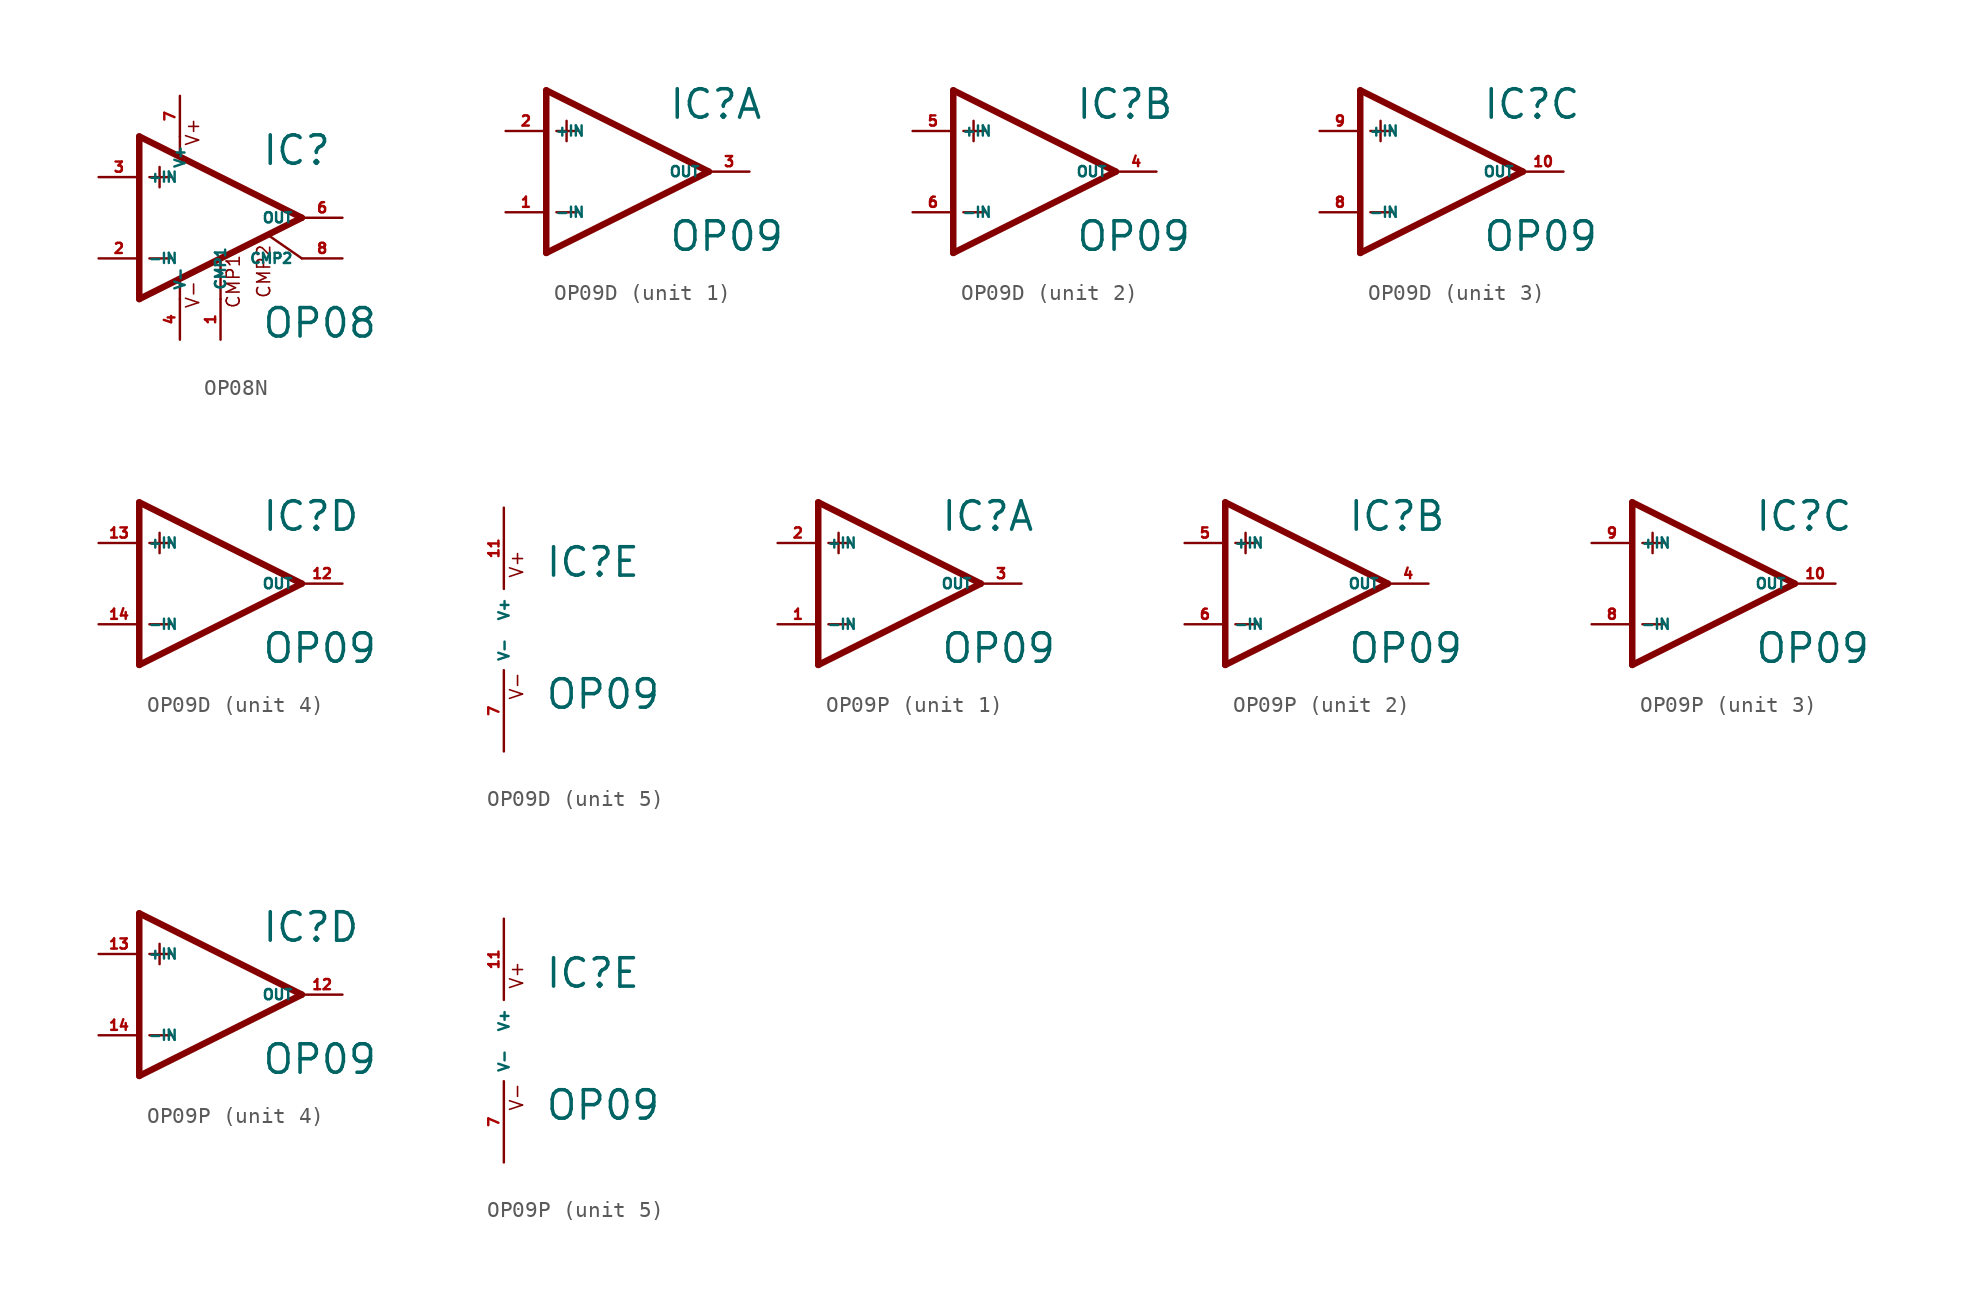
<source format=kicad_sym>
(kicad_symbol_lib
  (version 20220914)
  (generator Eagle2Kicad)
  (symbol "OP08N"
    (property "Reference" "IC"
      (at 2.54 3.175 0)
      (effects (font (size 1.778 1.778) (thickness 0.22)) (justify left bottom)))
    (property "Value" "OP08"
      (at 2.54 -7.62 0)
      (effects (font (size 1.778 1.778) (thickness 0.22)) (justify left bottom)))
    (polyline
      (pts (xy 0 -2.616) (xy 0 -5.08))
      (stroke (width 0.152) (type default))
      (fill (type none)))
    (polyline
      (pts (xy -2.54 5.08) (xy -2.54 3.886))
      (stroke (width 0.152) (type default))
      (fill (type none)))
    (polyline
      (pts (xy -5.08 5.08) (xy -5.08 -5.08))
      (stroke (width 0.406) (type default))
      (fill (type none)))
    (polyline
      (pts (xy -5.08 -5.08) (xy 5.08 0))
      (stroke (width 0.406) (type default))
      (fill (type none)))
    (polyline
      (pts (xy 5.08 0) (xy -5.08 5.08))
      (stroke (width 0.406) (type default))
      (fill (type none)))
    (polyline
      (pts (xy -3.81 3.175) (xy -3.81 1.905))
      (stroke (width 0.152) (type default))
      (fill (type none)))
    (polyline
      (pts (xy -4.445 2.54) (xy -3.175 2.54))
      (stroke (width 0.152) (type default))
      (fill (type none)))
    (polyline
      (pts (xy -4.445 -2.54) (xy -3.175 -2.54))
      (stroke (width 0.152) (type default))
      (fill (type none)))
    (polyline
      (pts (xy 5.08 -2.54) (xy 3.023 -1.118))
      (stroke (width 0.152) (type default))
      (fill (type none)))
    (polyline
      (pts (xy -2.54 -3.886) (xy -2.54 -5.08))
      (stroke (width 0.152) (type default))
      (fill (type none)))
    (text "CMP1"
      (at 1.27 -5.715 900)
      (effects (font (size 0.813 0.813) (thickness 0.10)) (justify left bottom)))
    (text "CMP2"
      (at 3.175 -5.08 900)
      (effects (font (size 0.813 0.813) (thickness 0.10)) (justify left bottom)))
    (text "V+"
      (at -1.27 4.445 900)
      (effects (font (size 0.813 0.813) (thickness 0.10)) (justify left bottom)))
    (text "V-"
      (at -1.27 -5.715 900)
      (effects (font (size 0.813 0.813) (thickness 0.10)) (justify left bottom)))
    (pin passive line
      (at 0 -7.62 90)
      (length 2.54)
      (name "CMP1" (effects (font (size 0.635 0.635) (thickness 0.08)) (justify left bottom)))
      (number "1" (effects (font (size 0.635 0.635) (thickness 0.08)) (justify left bottom))))
    (pin input line
      (at -7.62 -2.54 0)
      (length 2.54)
      (name "-IN" (effects (font (size 0.635 0.635) (thickness 0.08)) (justify left bottom)))
      (number "2" (effects (font (size 0.635 0.635) (thickness 0.08)) (justify left bottom))))
    (pin input line
      (at -7.62 2.54 0)
      (length 2.54)
      (name "+IN" (effects (font (size 0.635 0.635) (thickness 0.08)) (justify left bottom)))
      (number "3" (effects (font (size 0.635 0.635) (thickness 0.08)) (justify left bottom))))
    (pin passive line
      (at 7.62 -2.54 180)
      (length 2.54)
      (name "CMP2" (effects (font (size 0.635 0.635) (thickness 0.08)) (justify left bottom)))
      (number "8" (effects (font (size 0.635 0.635) (thickness 0.08)) (justify left bottom))))
    (pin output line
      (at 7.62 0 180)
      (length 2.54)
      (name "OUT" (effects (font (size 0.635 0.635) (thickness 0.08)) (justify left bottom)))
      (number "6" (effects (font (size 0.635 0.635) (thickness 0.08)) (justify left bottom))))
    (pin unspecified line
      (at -2.54 7.62 270)
      (length 2.54)
      (name "V+" (effects (font (size 0.635 0.635) (thickness 0.08)) (justify left bottom)))
      (number "7" (effects (font (size 0.635 0.635) (thickness 0.08)) (justify left bottom))))
    (pin unspecified line
      (at -2.54 -7.62 90)
      (length 2.54)
      (name "V-" (effects (font (size 0.635 0.635) (thickness 0.08)) (justify left bottom)))
      (number "4" (effects (font (size 0.635 0.635) (thickness 0.08)) (justify left bottom)))))
  (symbol "OP09D"
    (property "Reference" "IC"
      (at 2.54 3.175 0)
      (effects (font (size 1.778 1.778) (thickness 0.22)) (justify left bottom)))
    (property "Value" "OP09"
      (at 2.54 -5.08 0)
      (effects (font (size 1.778 1.778) (thickness 0.22)) (justify left bottom)))
    (symbol "OP09D_1_0"
      (polyline (pts (xy -5.08 5.08) (xy -5.08 -5.08)) (stroke (width 0.406) (type default)) (fill (type none)))
      (polyline (pts (xy -5.08 -5.08) (xy 5.08 0)) (stroke (width 0.406) (type default)) (fill (type none)))
      (polyline (pts (xy 5.08 0) (xy -5.08 5.08)) (stroke (width 0.406) (type default)) (fill (type none)))
      (polyline (pts (xy -3.81 3.175) (xy -3.81 1.905)) (stroke (width 0.152) (type default)) (fill (type none)))
      (polyline (pts (xy -4.445 2.54) (xy -3.175 2.54)) (stroke (width 0.152) (type default)) (fill (type none)))
      (polyline (pts (xy -4.445 -2.54) (xy -3.175 -2.54)) (stroke (width 0.152) (type default)) (fill (type none)))
      (pin input line (at -7.62 -2.54 0) (length 2.54) (name "-IN" (effects (font (size 0.635 0.635) (thickness 0.08)) (justify left bottom))) (number "1" (effects (font (size 0.635 0.635) (thickness 0.08)) (justify left bottom))))
      (pin input line (at -7.62 2.54 0) (length 2.54) (name "+IN" (effects (font (size 0.635 0.635) (thickness 0.08)) (justify left bottom))) (number "2" (effects (font (size 0.635 0.635) (thickness 0.08)) (justify left bottom))))
      (pin output line (at 7.62 0 180) (length 2.54) (name "OUT" (effects (font (size 0.635 0.635) (thickness 0.08)) (justify left bottom))) (number "3" (effects (font (size 0.635 0.635) (thickness 0.08)) (justify left bottom)))))
    (symbol "OP09D_2_0"
      (polyline (pts (xy -5.08 5.08) (xy -5.08 -5.08)) (stroke (width 0.406) (type default)) (fill (type none)))
      (polyline (pts (xy -5.08 -5.08) (xy 5.08 0)) (stroke (width 0.406) (type default)) (fill (type none)))
      (polyline (pts (xy 5.08 0) (xy -5.08 5.08)) (stroke (width 0.406) (type default)) (fill (type none)))
      (polyline (pts (xy -3.81 3.175) (xy -3.81 1.905)) (stroke (width 0.152) (type default)) (fill (type none)))
      (polyline (pts (xy -4.445 2.54) (xy -3.175 2.54)) (stroke (width 0.152) (type default)) (fill (type none)))
      (polyline (pts (xy -4.445 -2.54) (xy -3.175 -2.54)) (stroke (width 0.152) (type default)) (fill (type none)))
      (pin input line (at -7.62 -2.54 0) (length 2.54) (name "-IN" (effects (font (size 0.635 0.635) (thickness 0.08)) (justify left bottom))) (number "6" (effects (font (size 0.635 0.635) (thickness 0.08)) (justify left bottom))))
      (pin input line (at -7.62 2.54 0) (length 2.54) (name "+IN" (effects (font (size 0.635 0.635) (thickness 0.08)) (justify left bottom))) (number "5" (effects (font (size 0.635 0.635) (thickness 0.08)) (justify left bottom))))
      (pin output line (at 7.62 0 180) (length 2.54) (name "OUT" (effects (font (size 0.635 0.635) (thickness 0.08)) (justify left bottom))) (number "4" (effects (font (size 0.635 0.635) (thickness 0.08)) (justify left bottom)))))
    (symbol "OP09D_3_0"
      (polyline (pts (xy -5.08 5.08) (xy -5.08 -5.08)) (stroke (width 0.406) (type default)) (fill (type none)))
      (polyline (pts (xy -5.08 -5.08) (xy 5.08 0)) (stroke (width 0.406) (type default)) (fill (type none)))
      (polyline (pts (xy 5.08 0) (xy -5.08 5.08)) (stroke (width 0.406) (type default)) (fill (type none)))
      (polyline (pts (xy -3.81 3.175) (xy -3.81 1.905)) (stroke (width 0.152) (type default)) (fill (type none)))
      (polyline (pts (xy -4.445 2.54) (xy -3.175 2.54)) (stroke (width 0.152) (type default)) (fill (type none)))
      (polyline (pts (xy -4.445 -2.54) (xy -3.175 -2.54)) (stroke (width 0.152) (type default)) (fill (type none)))
      (pin input line (at -7.62 -2.54 0) (length 2.54) (name "-IN" (effects (font (size 0.635 0.635) (thickness 0.08)) (justify left bottom))) (number "8" (effects (font (size 0.635 0.635) (thickness 0.08)) (justify left bottom))))
      (pin input line (at -7.62 2.54 0) (length 2.54) (name "+IN" (effects (font (size 0.635 0.635) (thickness 0.08)) (justify left bottom))) (number "9" (effects (font (size 0.635 0.635) (thickness 0.08)) (justify left bottom))))
      (pin output line (at 7.62 0 180) (length 2.54) (name "OUT" (effects (font (size 0.635 0.635) (thickness 0.08)) (justify left bottom))) (number "10" (effects (font (size 0.635 0.635) (thickness 0.08)) (justify left bottom)))))
    (symbol "OP09D_4_0"
      (polyline (pts (xy -5.08 5.08) (xy -5.08 -5.08)) (stroke (width 0.406) (type default)) (fill (type none)))
      (polyline (pts (xy -5.08 -5.08) (xy 5.08 0)) (stroke (width 0.406) (type default)) (fill (type none)))
      (polyline (pts (xy 5.08 0) (xy -5.08 5.08)) (stroke (width 0.406) (type default)) (fill (type none)))
      (polyline (pts (xy -3.81 3.175) (xy -3.81 1.905)) (stroke (width 0.152) (type default)) (fill (type none)))
      (polyline (pts (xy -4.445 2.54) (xy -3.175 2.54)) (stroke (width 0.152) (type default)) (fill (type none)))
      (polyline (pts (xy -4.445 -2.54) (xy -3.175 -2.54)) (stroke (width 0.152) (type default)) (fill (type none)))
      (pin input line (at -7.62 -2.54 0) (length 2.54) (name "-IN" (effects (font (size 0.635 0.635) (thickness 0.08)) (justify left bottom))) (number "14" (effects (font (size 0.635 0.635) (thickness 0.08)) (justify left bottom))))
      (pin input line (at -7.62 2.54 0) (length 2.54) (name "+IN" (effects (font (size 0.635 0.635) (thickness 0.08)) (justify left bottom))) (number "13" (effects (font (size 0.635 0.635) (thickness 0.08)) (justify left bottom))))
      (pin output line (at 7.62 0 180) (length 2.54) (name "OUT" (effects (font (size 0.635 0.635) (thickness 0.08)) (justify left bottom))) (number "12" (effects (font (size 0.635 0.635) (thickness 0.08)) (justify left bottom)))))
    (symbol "OP09D_5_0"
      (text "V+" (at 1.27 3.175 900) (effects (font (size 0.813 0.813) (thickness 0.10)) (justify left bottom)))
      (text "V-" (at 1.27 -4.445 900) (effects (font (size 0.813 0.813) (thickness 0.10)) (justify left bottom)))
      (pin unspecified line (at 0 7.62 270) (length 5.08) (name "V+" (effects (font (size 0.635 0.635) (thickness 0.08)) (justify left bottom))) (number "11" (effects (font (size 0.635 0.635) (thickness 0.08)) (justify left bottom))))
      (pin unspecified line (at 0 -7.62 90) (length 5.08) (name "V-" (effects (font (size 0.635 0.635) (thickness 0.08)) (justify left bottom))) (number "7" (effects (font (size 0.635 0.635) (thickness 0.08)) (justify left bottom))))))
  (symbol "OP09P"
    (property "Reference" "IC"
      (at 2.54 3.175 0)
      (effects (font (size 1.778 1.778) (thickness 0.22)) (justify left bottom)))
    (property "Value" "OP09"
      (at 2.54 -5.08 0)
      (effects (font (size 1.778 1.778) (thickness 0.22)) (justify left bottom)))
    (symbol "OP09P_1_0"
      (polyline (pts (xy -5.08 5.08) (xy -5.08 -5.08)) (stroke (width 0.406) (type default)) (fill (type none)))
      (polyline (pts (xy -5.08 -5.08) (xy 5.08 0)) (stroke (width 0.406) (type default)) (fill (type none)))
      (polyline (pts (xy 5.08 0) (xy -5.08 5.08)) (stroke (width 0.406) (type default)) (fill (type none)))
      (polyline (pts (xy -3.81 3.175) (xy -3.81 1.905)) (stroke (width 0.152) (type default)) (fill (type none)))
      (polyline (pts (xy -4.445 2.54) (xy -3.175 2.54)) (stroke (width 0.152) (type default)) (fill (type none)))
      (polyline (pts (xy -4.445 -2.54) (xy -3.175 -2.54)) (stroke (width 0.152) (type default)) (fill (type none)))
      (pin input line (at -7.62 -2.54 0) (length 2.54) (name "-IN" (effects (font (size 0.635 0.635) (thickness 0.08)) (justify left bottom))) (number "1" (effects (font (size 0.635 0.635) (thickness 0.08)) (justify left bottom))))
      (pin input line (at -7.62 2.54 0) (length 2.54) (name "+IN" (effects (font (size 0.635 0.635) (thickness 0.08)) (justify left bottom))) (number "2" (effects (font (size 0.635 0.635) (thickness 0.08)) (justify left bottom))))
      (pin output line (at 7.62 0 180) (length 2.54) (name "OUT" (effects (font (size 0.635 0.635) (thickness 0.08)) (justify left bottom))) (number "3" (effects (font (size 0.635 0.635) (thickness 0.08)) (justify left bottom)))))
    (symbol "OP09P_2_0"
      (polyline (pts (xy -5.08 5.08) (xy -5.08 -5.08)) (stroke (width 0.406) (type default)) (fill (type none)))
      (polyline (pts (xy -5.08 -5.08) (xy 5.08 0)) (stroke (width 0.406) (type default)) (fill (type none)))
      (polyline (pts (xy 5.08 0) (xy -5.08 5.08)) (stroke (width 0.406) (type default)) (fill (type none)))
      (polyline (pts (xy -3.81 3.175) (xy -3.81 1.905)) (stroke (width 0.152) (type default)) (fill (type none)))
      (polyline (pts (xy -4.445 2.54) (xy -3.175 2.54)) (stroke (width 0.152) (type default)) (fill (type none)))
      (polyline (pts (xy -4.445 -2.54) (xy -3.175 -2.54)) (stroke (width 0.152) (type default)) (fill (type none)))
      (pin input line (at -7.62 -2.54 0) (length 2.54) (name "-IN" (effects (font (size 0.635 0.635) (thickness 0.08)) (justify left bottom))) (number "6" (effects (font (size 0.635 0.635) (thickness 0.08)) (justify left bottom))))
      (pin input line (at -7.62 2.54 0) (length 2.54) (name "+IN" (effects (font (size 0.635 0.635) (thickness 0.08)) (justify left bottom))) (number "5" (effects (font (size 0.635 0.635) (thickness 0.08)) (justify left bottom))))
      (pin output line (at 7.62 0 180) (length 2.54) (name "OUT" (effects (font (size 0.635 0.635) (thickness 0.08)) (justify left bottom))) (number "4" (effects (font (size 0.635 0.635) (thickness 0.08)) (justify left bottom)))))
    (symbol "OP09P_3_0"
      (polyline (pts (xy -5.08 5.08) (xy -5.08 -5.08)) (stroke (width 0.406) (type default)) (fill (type none)))
      (polyline (pts (xy -5.08 -5.08) (xy 5.08 0)) (stroke (width 0.406) (type default)) (fill (type none)))
      (polyline (pts (xy 5.08 0) (xy -5.08 5.08)) (stroke (width 0.406) (type default)) (fill (type none)))
      (polyline (pts (xy -3.81 3.175) (xy -3.81 1.905)) (stroke (width 0.152) (type default)) (fill (type none)))
      (polyline (pts (xy -4.445 2.54) (xy -3.175 2.54)) (stroke (width 0.152) (type default)) (fill (type none)))
      (polyline (pts (xy -4.445 -2.54) (xy -3.175 -2.54)) (stroke (width 0.152) (type default)) (fill (type none)))
      (pin input line (at -7.62 -2.54 0) (length 2.54) (name "-IN" (effects (font (size 0.635 0.635) (thickness 0.08)) (justify left bottom))) (number "8" (effects (font (size 0.635 0.635) (thickness 0.08)) (justify left bottom))))
      (pin input line (at -7.62 2.54 0) (length 2.54) (name "+IN" (effects (font (size 0.635 0.635) (thickness 0.08)) (justify left bottom))) (number "9" (effects (font (size 0.635 0.635) (thickness 0.08)) (justify left bottom))))
      (pin output line (at 7.62 0 180) (length 2.54) (name "OUT" (effects (font (size 0.635 0.635) (thickness 0.08)) (justify left bottom))) (number "10" (effects (font (size 0.635 0.635) (thickness 0.08)) (justify left bottom)))))
    (symbol "OP09P_4_0"
      (polyline (pts (xy -5.08 5.08) (xy -5.08 -5.08)) (stroke (width 0.406) (type default)) (fill (type none)))
      (polyline (pts (xy -5.08 -5.08) (xy 5.08 0)) (stroke (width 0.406) (type default)) (fill (type none)))
      (polyline (pts (xy 5.08 0) (xy -5.08 5.08)) (stroke (width 0.406) (type default)) (fill (type none)))
      (polyline (pts (xy -3.81 3.175) (xy -3.81 1.905)) (stroke (width 0.152) (type default)) (fill (type none)))
      (polyline (pts (xy -4.445 2.54) (xy -3.175 2.54)) (stroke (width 0.152) (type default)) (fill (type none)))
      (polyline (pts (xy -4.445 -2.54) (xy -3.175 -2.54)) (stroke (width 0.152) (type default)) (fill (type none)))
      (pin input line (at -7.62 -2.54 0) (length 2.54) (name "-IN" (effects (font (size 0.635 0.635) (thickness 0.08)) (justify left bottom))) (number "14" (effects (font (size 0.635 0.635) (thickness 0.08)) (justify left bottom))))
      (pin input line (at -7.62 2.54 0) (length 2.54) (name "+IN" (effects (font (size 0.635 0.635) (thickness 0.08)) (justify left bottom))) (number "13" (effects (font (size 0.635 0.635) (thickness 0.08)) (justify left bottom))))
      (pin output line (at 7.62 0 180) (length 2.54) (name "OUT" (effects (font (size 0.635 0.635) (thickness 0.08)) (justify left bottom))) (number "12" (effects (font (size 0.635 0.635) (thickness 0.08)) (justify left bottom)))))
    (symbol "OP09P_5_0"
      (text "V+" (at 1.27 3.175 900) (effects (font (size 0.813 0.813) (thickness 0.10)) (justify left bottom)))
      (text "V-" (at 1.27 -4.445 900) (effects (font (size 0.813 0.813) (thickness 0.10)) (justify left bottom)))
      (pin unspecified line (at 0 7.62 270) (length 5.08) (name "V+" (effects (font (size 0.635 0.635) (thickness 0.08)) (justify left bottom))) (number "11" (effects (font (size 0.635 0.635) (thickness 0.08)) (justify left bottom))))
      (pin unspecified line (at 0 -7.62 90) (length 5.08) (name "V-" (effects (font (size 0.635 0.635) (thickness 0.08)) (justify left bottom))) (number "7" (effects (font (size 0.635 0.635) (thickness 0.08)) (justify left bottom)))))))
</source>
